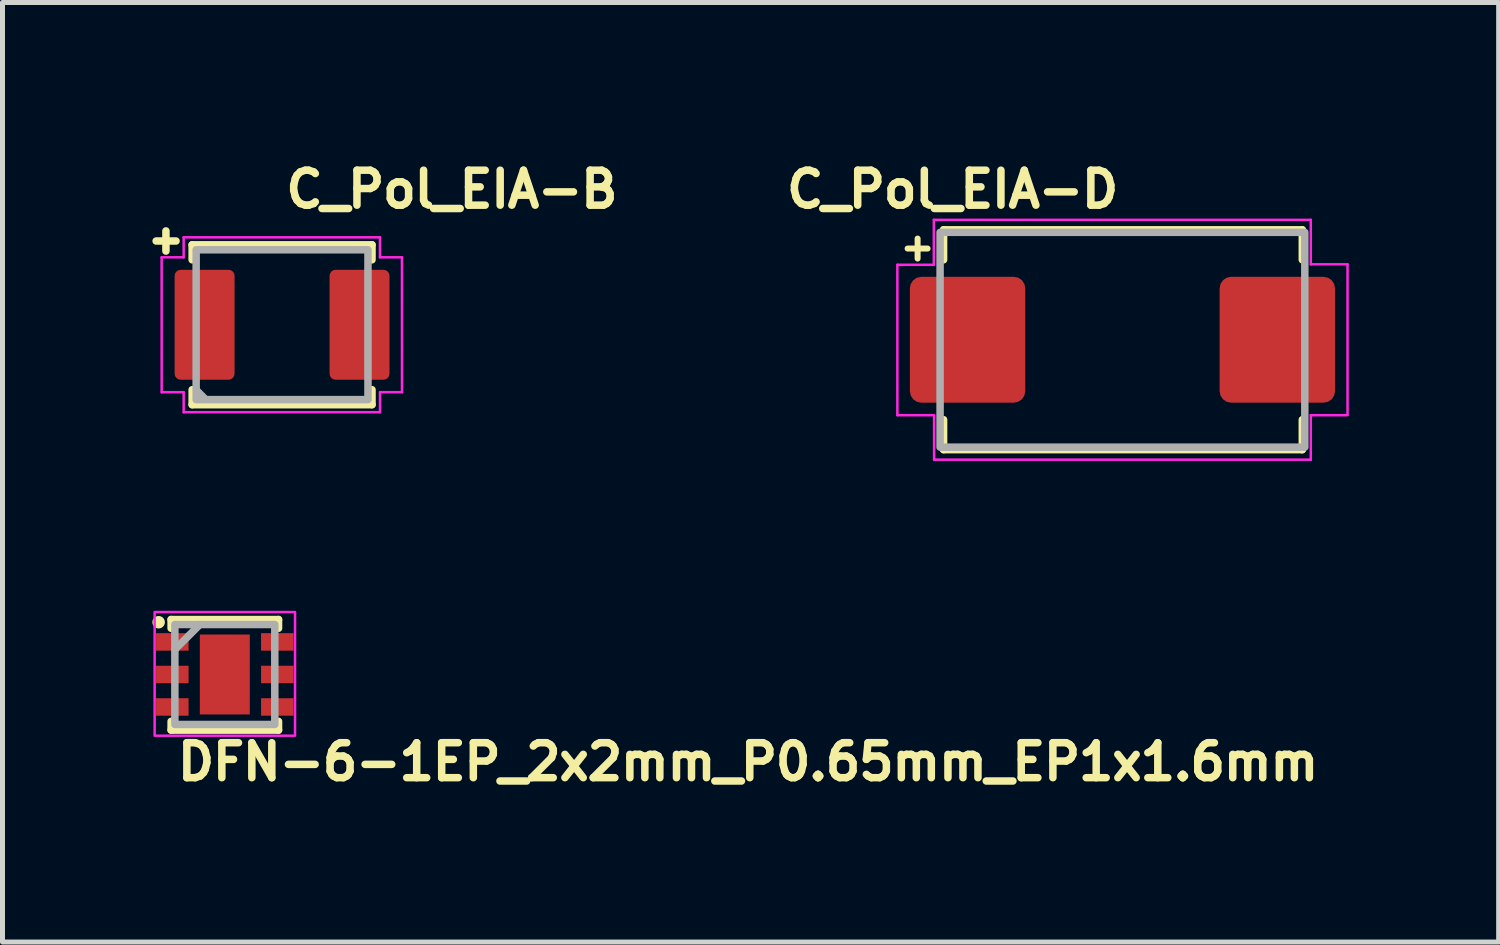
<source format=kicad_pcb>
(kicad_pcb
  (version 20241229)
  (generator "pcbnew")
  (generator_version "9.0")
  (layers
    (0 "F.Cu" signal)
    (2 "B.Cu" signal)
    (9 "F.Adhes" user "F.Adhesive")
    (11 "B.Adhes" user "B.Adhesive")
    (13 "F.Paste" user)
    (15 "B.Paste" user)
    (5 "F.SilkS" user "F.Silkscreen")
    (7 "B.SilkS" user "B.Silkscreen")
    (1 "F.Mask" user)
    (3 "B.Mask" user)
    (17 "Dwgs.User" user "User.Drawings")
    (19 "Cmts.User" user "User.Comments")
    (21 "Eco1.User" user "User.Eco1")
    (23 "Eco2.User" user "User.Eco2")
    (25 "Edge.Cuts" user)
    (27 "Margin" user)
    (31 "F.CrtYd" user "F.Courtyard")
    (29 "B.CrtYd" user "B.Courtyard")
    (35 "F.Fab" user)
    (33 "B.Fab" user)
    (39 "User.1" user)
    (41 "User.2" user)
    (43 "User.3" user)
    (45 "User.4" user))
  (footprint "C_Pol_EIA-B"
    (layer "F.Cu")
    (at 2.596 3.45)
    (property "Reference" "C_Pol_EIA-B" (at 0 -2.3 0) (layer "F.SilkS") (effects (font (size 0.7 0.7) (thickness 0.15)) (justify left bottom)))
    (attr smd)
    (fp_line (start -2.521 -1.676) (end -2.123 -1.676) (stroke (width 0.15) (type solid)) (layer "F.SilkS"))
    (fp_line (start -2.325 -1.475) (end -2.325 -1.878) (stroke (width 0.15) (type solid)) (layer "F.SilkS"))
    (fp_line (start -1.8 -1.6) (end 1.8 -1.6) (stroke (width 0.15) (type solid)) (layer "F.SilkS"))
    (fp_line (start -1.8 -1.3) (end -1.8 -1.6) (stroke (width 0.15) (type solid)) (layer "F.SilkS"))
    (fp_line (start -1.8 1.3) (end -1.8 1.6) (stroke (width 0.15) (type solid)) (layer "F.SilkS"))
    (fp_line (start 1.8 -1.3) (end 1.8 -1.6) (stroke (width 0.15) (type solid)) (layer "F.SilkS"))
    (fp_line (start 1.8 1.3) (end 1.8 1.6) (stroke (width 0.15) (type solid)) (layer "F.SilkS"))
    (fp_line (start 1.8 1.6) (end -1.8 1.6) (stroke (width 0.15) (type solid)) (layer "F.SilkS"))
    (fp_line (start -2.411 -1.35) (end -2.41 1.35) (stroke (width 0.05) (type solid)) (layer "F.CrtYd"))
    (fp_line (start -1.97 -1.75) (end -1.97 -1.35) (stroke (width 0.05) (type solid)) (layer "F.CrtYd"))
    (fp_line (start -1.97 -1.35) (end -2.41 -1.35) (stroke (width 0.05) (type solid)) (layer "F.CrtYd"))
    (fp_line (start -1.97 1.35) (end -2.41 1.35) (stroke (width 0.05) (type solid)) (layer "F.CrtYd"))
    (fp_line (start -1.97 1.35) (end -1.97 1.75) (stroke (width 0.05) (type solid)) (layer "F.CrtYd"))
    (fp_line (start 1.959 -1.75) (end -1.971 -1.75) (stroke (width 0.05) (type solid)) (layer "F.CrtYd"))
    (fp_line (start 1.959 -1.75) (end 1.959 -1.35) (stroke (width 0.05) (type solid)) (layer "F.CrtYd"))
    (fp_line (start 1.96 1.35) (end 1.96 1.75) (stroke (width 0.05) (type solid)) (layer "F.CrtYd"))
    (fp_line (start 1.96 1.75) (end -1.97 1.75) (stroke (width 0.05) (type solid)) (layer "F.CrtYd"))
    (fp_line (start 2.399 -1.35) (end 1.959 -1.35) (stroke (width 0.05) (type solid)) (layer "F.CrtYd"))
    (fp_line (start 2.399 -1.35) (end 2.4 1.35) (stroke (width 0.05) (type solid)) (layer "F.CrtYd"))
    (fp_line (start 2.4 1.35) (end 1.96 1.35) (stroke (width 0.05) (type solid)) (layer "F.CrtYd"))
    (fp_line (start -1.7 1.324) (end -1.551 1.475) (stroke (width 0.15) (type solid)) (layer "F.Fab"))
    (fp_rect (start -1.72 -1.5) (end 1.719 1.499) (stroke (width 0.15) (type solid)) (fill no) (layer "F.Fab"))
    (fp_rect (start -1.72 -1.5) (end 1.719 1.499) (stroke (width 0.1) (type solid)) (fill no) (layer "User.5"))
    (fp_rect (start -1.72 -1.5) (end 1.719 1.499) (stroke (width 0.1) (type solid)) (fill no) (layer "User.5"))
    (fp_line (start -1.72 -1.5) (end -1.72 1.499) (stroke (width 0.02) (type solid)) (layer "User.9"))
    (fp_line (start -1.72 1.499) (end 1.719 1.499) (stroke (width 0.02) (type solid)) (layer "User.9"))
    (fp_line (start 1.719 -1.5) (end -1.72 -1.5) (stroke (width 0.02) (type solid)) (layer "User.9"))
    (fp_line (start 1.719 1.499) (end 1.719 -1.5) (stroke (width 0.02) (type solid)) (layer "User.9"))
    (pad "1" smd roundrect (at -1.551 0) (size 1.2 2.2) (layers "F.Cu" "F.Mask" "F.Paste") (roundrect_rratio 0.1))
    (pad "2" smd roundrect (at 1.55 0) (size 1.2 2.2) (layers "F.Cu" "F.Mask" "F.Paste") (roundrect_rratio 0.1)))
  (footprint "DFN-6-1EP_2x2mm_P0.65mm_EP1x1.6mm"
    (layer "F.Cu")
    (at 1.45 10.45)
    (property "Reference" "DFN-6-1EP_2x2mm_P0.65mm_EP1x1.6mm" (at -1.025 2.159 0) (layer "F.SilkS") (effects (font (size 0.7 0.7) (thickness 0.15)) (justify left bottom)))
    (attr smd)
    (fp_line (start -1.075 -1.1) (end -1.075 -0.925) (stroke (width 0.15) (type solid)) (layer "F.SilkS"))
    (fp_line (start -1.075 -1.1) (end 1.075 -1.1) (stroke (width 0.15) (type solid)) (layer "F.SilkS"))
    (fp_line (start -1.075 0.938) (end -1.075 1.113) (stroke (width 0.15) (type solid)) (layer "F.SilkS"))
    (fp_line (start -1.075 1.113) (end 1.075 1.113) (stroke (width 0.15) (type solid)) (layer "F.SilkS"))
    (fp_line (start 1.075 -1.1) (end 1.075 -0.925) (stroke (width 0.15) (type solid)) (layer "F.SilkS"))
    (fp_line (start 1.075 0.938) (end 1.075 1.113) (stroke (width 0.15) (type solid)) (layer "F.SilkS"))
    (fp_circle (center -1.325 -1.046) (end -1.275 -1.046) (stroke (width 0.15) (type solid)) (fill yes) (layer "F.SilkS"))
    (fp_rect (start -1.405 -1.25) (end 1.405 1.225) (stroke (width 0.05) (type solid)) (fill no) (layer "F.CrtYd"))
    (fp_line (start -1 -0.5) (end -0.5 -1) (stroke (width 0.15) (type solid)) (layer "F.Fab"))
    (fp_rect (start 1 1) (end -1 -1) (stroke (width 0.15) (type solid)) (fill no) (layer "F.Fab"))
    (fp_rect (start -1 -1) (end 1 1) (stroke (width 0.1) (type solid)) (fill no) (layer "User.5"))
    (fp_line (start -1 -0.802) (end -1 -0.5) (stroke (width 0.02) (type solid)) (layer "User.9"))
    (fp_line (start -1 -0.5) (end -0.99 -0.5) (stroke (width 0.02) (type solid)) (layer "User.9"))
    (fp_line (start -1 -0.15) (end -1 0.148) (stroke (width 0.02) (type solid)) (layer "User.9"))
    (fp_line (start -1 0.148) (end -0.99 0.148) (stroke (width 0.02) (type solid)) (layer "User.9"))
    (fp_line (start -1 0.498) (end -1 0.8) (stroke (width 0.02) (type solid)) (layer "User.9"))
    (fp_line (start -1 0.8) (end -0.99 0.8) (stroke (width 0.02) (type solid)) (layer "User.9"))
    (fp_line (start -0.99 -0.99) (end -0.99 0.988) (stroke (width 0.02) (type solid)) (layer "User.9"))
    (fp_line (start -0.99 -0.99) (end 0.988 -0.99) (stroke (width 0.02) (type solid)) (layer "User.9"))
    (fp_line (start -0.99 -0.802) (end -1 -0.802) (stroke (width 0.02) (type solid)) (layer "User.9"))
    (fp_line (start -0.99 -0.15) (end -1 -0.15) (stroke (width 0.02) (type solid)) (layer "User.9"))
    (fp_line (start -0.99 0.498) (end -1 0.498) (stroke (width 0.02) (type solid)) (layer "User.9"))
    (fp_line (start -0.99 0.988) (end 0.988 0.988) (stroke (width 0.02) (type solid)) (layer "User.9"))
    (fp_line (start 0.988 -0.99) (end 0.988 0.988) (stroke (width 0.02) (type solid)) (layer "User.9"))
    (fp_line (start 0.988 -0.5) (end 0.998 -0.5) (stroke (width 0.02) (type solid)) (layer "User.9"))
    (fp_line (start 0.988 0.148) (end 0.998 0.148) (stroke (width 0.02) (type solid)) (layer "User.9"))
    (fp_line (start 0.988 0.8) (end 0.998 0.8) (stroke (width 0.02) (type solid)) (layer "User.9"))
    (fp_line (start 0.998 -0.802) (end 0.988 -0.802) (stroke (width 0.02) (type solid)) (layer "User.9"))
    (fp_line (start 0.998 -0.5) (end 0.998 -0.802) (stroke (width 0.02) (type solid)) (layer "User.9"))
    (fp_line (start 0.998 -0.15) (end 0.988 -0.15) (stroke (width 0.02) (type solid)) (layer "User.9"))
    (fp_line (start 0.998 0.148) (end 0.998 -0.15) (stroke (width 0.02) (type solid)) (layer "User.9"))
    (fp_line (start 0.998 0.498) (end 0.988 0.498) (stroke (width 0.02) (type solid)) (layer "User.9"))
    (fp_line (start 0.998 0.8) (end 0.998 0.498) (stroke (width 0.02) (type solid)) (layer "User.9"))
    (fp_circle (center -0.525 -0.525) (end -0.35 -0.525) (stroke (width 0.02) (type solid)) (fill no) (layer "User.9"))
    (pad "" smd rect (at 0 -0.402) (size 0.82 0.63) (layers "F.Paste"))
    (pad "" smd rect (at 0 0.4) (size 0.82 0.63) (layers "F.Paste"))
    (pad "1" smd rect (at -1.051 -0.652) (size 0.65 0.35) (layers "F.Cu" "F.Mask" "F.Paste"))
    (pad "2" smd rect (at -1.051 0) (size 0.65 0.35) (layers "F.Cu" "F.Mask" "F.Paste"))
    (pad "3" smd rect (at -1.051 0.65) (size 0.65 0.35) (layers "F.Cu" "F.Mask" "F.Paste"))
    (pad "4" smd rect (at 1.05 0.65) (size 0.65 0.35) (layers "F.Cu" "F.Mask" "F.Paste"))
    (pad "5" smd rect (at 1.05 0) (size 0.65 0.35) (layers "F.Cu" "F.Mask" "F.Paste"))
    (pad "6" smd rect (at 1.05 -0.652) (size 0.65 0.35) (layers "F.Cu" "F.Mask" "F.Paste"))
    (pad "7" smd rect (at 0 0) (size 1 1.6) (layers "F.Cu" "F.Mask")))
  (footprint "C_Pol_EIA-D"
    (layer "F.Cu")
    (at 19.416 3.75)
    (property "Reference" "C_Pol_EIA-D" (at 0 -2.6 180) (layer "F.SilkS") (effects (font (size 0.7 0.7) (thickness 0.15)) (justify right bottom)))
    (attr smd)
    (fp_line (start -4.3 -1.825) (end -3.9 -1.825) (stroke (width 0.12) (type solid)) (layer "F.SilkS"))
    (fp_line (start -4.1 -2.025) (end -4.1 -1.625) (stroke (width 0.12) (type solid)) (layer "F.SilkS"))
    (fp_line (start -3.58 -2.2) (end 3.6 -2.2) (stroke (width 0.15) (type solid)) (layer "F.SilkS"))
    (fp_line (start -3.58 -1.6) (end -3.58 -2.2) (stroke (width 0.15) (type solid)) (layer "F.SilkS"))
    (fp_line (start -3.58 2.2) (end -3.58 1.6) (stroke (width 0.15) (type solid)) (layer "F.SilkS"))
    (fp_line (start 3.6 -2.2) (end 3.6 -1.6) (stroke (width 0.15) (type solid)) (layer "F.SilkS"))
    (fp_line (start 3.6 1.6) (end 3.6 2.2) (stroke (width 0.15) (type solid)) (layer "F.SilkS"))
    (fp_line (start 3.6 2.2) (end -3.58 2.2) (stroke (width 0.15) (type solid)) (layer "F.SilkS"))
    (fp_line (start -4.505 1.51) (end -4.505 -1.5) (stroke (width 0.05) (type solid)) (layer "F.CrtYd"))
    (fp_line (start -3.775 -2.4) (end -3.775 -1.5) (stroke (width 0.05) (type solid)) (layer "F.CrtYd"))
    (fp_line (start -3.775 -2.4) (end 3.77 -2.4) (stroke (width 0.05) (type solid)) (layer "F.CrtYd"))
    (fp_line (start -3.775 -1.5) (end -4.505 -1.5) (stroke (width 0.05) (type solid)) (layer "F.CrtYd"))
    (fp_line (start -3.77 1.51) (end -4.505 1.51) (stroke (width 0.05) (type solid)) (layer "F.CrtYd"))
    (fp_line (start -3.77 2.4) (end -3.77 1.51) (stroke (width 0.05) (type solid)) (layer "F.CrtYd"))
    (fp_line (start 3.77 -2.4) (end 3.77 -1.51) (stroke (width 0.05) (type solid)) (layer "F.CrtYd"))
    (fp_line (start 3.77 -1.51) (end 4.505 -1.51) (stroke (width 0.05) (type solid)) (layer "F.CrtYd"))
    (fp_line (start 3.77 1.51) (end 3.77 2.4) (stroke (width 0.05) (type solid)) (layer "F.CrtYd"))
    (fp_line (start 3.77 2.4) (end -3.77 2.4) (stroke (width 0.05) (type solid)) (layer "F.CrtYd"))
    (fp_line (start 4.505 -1.51) (end 4.505 1.5) (stroke (width 0.05) (type solid)) (layer "F.CrtYd"))
    (fp_line (start 4.505 1.51) (end 3.77 1.51) (stroke (width 0.05) (type solid)) (layer "F.CrtYd"))
    (fp_rect (start -3.65 -2.15) (end 3.65 2.15) (stroke (width 0.15) (type solid)) (fill no) (layer "F.Fab"))
    (fp_rect (start -3.65 -2.15) (end 3.65 2.15) (stroke (width 0.1) (type solid)) (fill no) (layer "User.5"))
    (fp_rect (start -3.65 -2.15) (end 3.65 2.15) (stroke (width 0.15) (type solid)) (fill no) (layer "User.5"))
    (fp_line (start -3.65 1.199) (end -3.65 -1.2) (stroke (width 0.02) (type solid)) (layer "User.9"))
    (fp_line (start -3.519 -2.149) (end -3.519 2.148) (stroke (width 0.02) (type solid)) (layer "User.9"))
    (fp_line (start -3.519 -1.2) (end -3.65 -1.2) (stroke (width 0.02) (type solid)) (layer "User.9"))
    (fp_line (start -3.519 1.199) (end -3.65 1.199) (stroke (width 0.02) (type solid)) (layer "User.9"))
    (fp_line (start -3.519 1.199) (end -3.519 -1.2) (stroke (width 0.02) (type solid)) (layer "User.9"))
    (fp_line (start -3.519 2.148) (end 3.519 2.148) (stroke (width 0.02) (type solid)) (layer "User.9"))
    (fp_line (start -3.333 -1.964) (end -3.519 -2.149) (stroke (width 0.02) (type solid)) (layer "User.9"))
    (fp_line (start -3.333 -1.964) (end -3.333 1.961) (stroke (width 0.02) (type solid)) (layer "User.9"))
    (fp_line (start -3.333 1.961) (end -3.519 2.148) (stroke (width 0.02) (type solid)) (layer "User.9"))
    (fp_line (start -3.333 1.961) (end 3.333 1.961) (stroke (width 0.02) (type solid)) (layer "User.9"))
    (fp_line (start -3.089 -1.8) (end -3.089 -0.14) (stroke (width 0.02) (type solid)) (layer "User.9"))
    (fp_line (start -3.089 0.14) (end -3.089 1.8) (stroke (width 0.02) (type solid)) (layer "User.9"))
    (fp_line (start -3.089 1.8) (end -2.589 1.8) (stroke (width 0.02) (type solid)) (layer "User.9"))
    (fp_line (start -2.589 -1.8) (end -3.089 -1.8) (stroke (width 0.02) (type solid)) (layer "User.9"))
    (fp_line (start -2.589 -0.14) (end -2.589 -1.8) (stroke (width 0.02) (type solid)) (layer "User.9"))
    (fp_line (start -2.589 1.8) (end -2.589 0.14) (stroke (width 0.02) (type solid)) (layer "User.9"))
    (fp_line (start 3.333 -1.964) (end -3.333 -1.964) (stroke (width 0.02) (type solid)) (layer "User.9"))
    (fp_line (start 3.333 -1.964) (end 3.519 -2.149) (stroke (width 0.02) (type solid)) (layer "User.9"))
    (fp_line (start 3.333 1.961) (end 3.333 -1.964) (stroke (width 0.02) (type solid)) (layer "User.9"))
    (fp_line (start 3.333 1.961) (end 3.519 2.148) (stroke (width 0.02) (type solid)) (layer "User.9"))
    (fp_line (start 3.519 -2.149) (end -3.519 -2.149) (stroke (width 0.02) (type solid)) (layer "User.9"))
    (fp_line (start 3.519 -1.2) (end 3.649 -1.2) (stroke (width 0.02) (type solid)) (layer "User.9"))
    (fp_line (start 3.519 1.199) (end 3.519 -1.2) (stroke (width 0.02) (type solid)) (layer "User.9"))
    (fp_line (start 3.519 1.199) (end 3.649 1.199) (stroke (width 0.02) (type solid)) (layer "User.9"))
    (fp_line (start 3.519 2.148) (end 3.519 -2.149) (stroke (width 0.02) (type solid)) (layer "User.9"))
    (fp_line (start 3.649 1.199) (end 3.649 -1.2) (stroke (width 0.02) (type solid)) (layer "User.9"))
    (fp_arc (start -3.089 -0.14) (mid -2.839 -0.234) (end -2.589 -0.14) (stroke (width 0.02) (type solid)) (layer "User.9"))
    (fp_arc (start -2.589 0.14) (mid -2.839 0.235) (end -3.089 0.14) (stroke (width 0.02) (type solid)) (layer "User.9"))
    (pad "1" smd roundrect (at -3.1 0) (size 2.31 2.52) (layers "F.Cu" "F.Mask" "F.Paste") (roundrect_rratio 0.1))
    (pad "2" smd roundrect (at 3.1 0) (size 2.31 2.52) (layers "F.Cu" "F.Mask" "F.Paste") (roundrect_rratio 0.1)))
  (gr_rect
    (start -3 -3)
    (end 26.946 15.805)
    (stroke (width 0.1) (type default))
    (fill no)
    (layer "Edge.Cuts")))
</source>
